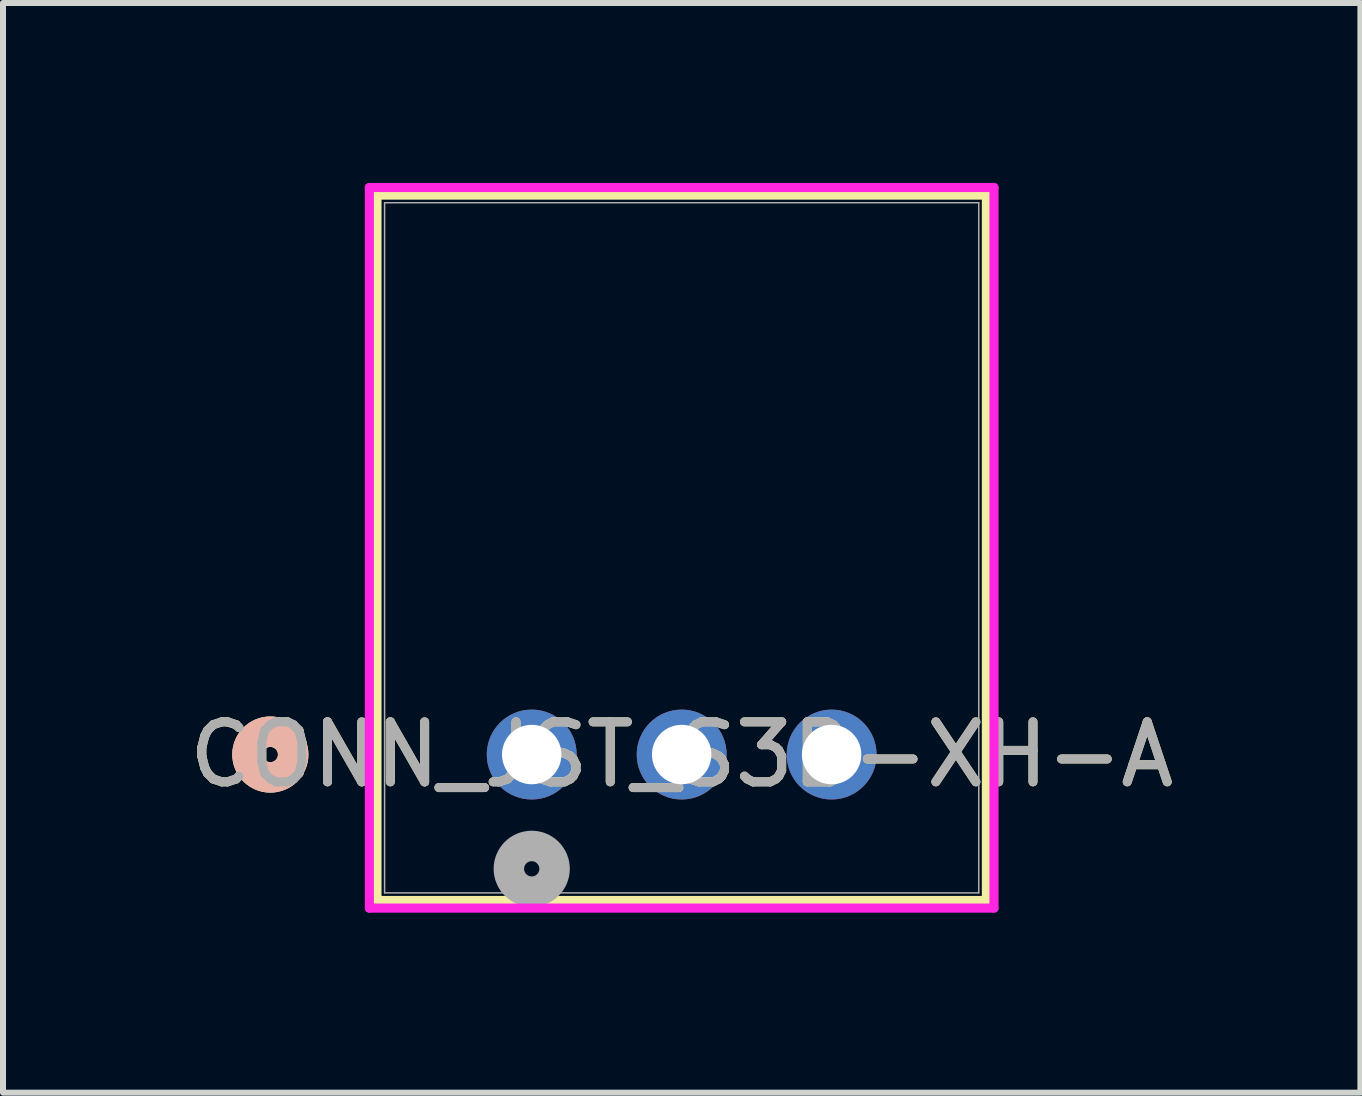
<source format=kicad_pcb>
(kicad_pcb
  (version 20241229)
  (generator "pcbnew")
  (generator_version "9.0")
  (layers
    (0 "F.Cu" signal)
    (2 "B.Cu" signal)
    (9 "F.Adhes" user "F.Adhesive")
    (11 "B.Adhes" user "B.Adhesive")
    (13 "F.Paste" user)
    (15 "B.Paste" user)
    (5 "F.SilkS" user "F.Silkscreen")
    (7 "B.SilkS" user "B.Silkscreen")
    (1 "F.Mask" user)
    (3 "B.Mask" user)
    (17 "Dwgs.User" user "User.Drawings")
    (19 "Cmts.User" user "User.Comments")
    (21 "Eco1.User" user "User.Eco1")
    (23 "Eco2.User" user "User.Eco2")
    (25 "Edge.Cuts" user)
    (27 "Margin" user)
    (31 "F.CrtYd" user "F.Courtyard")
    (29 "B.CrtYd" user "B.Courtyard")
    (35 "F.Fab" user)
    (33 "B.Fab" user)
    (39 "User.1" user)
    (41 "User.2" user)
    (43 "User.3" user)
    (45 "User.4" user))
  (footprint "CONN_JST_S3B-XH-A"
    (layer "F.Cu")
    (at 5.815 9.53)
    (property "Reference" "CONN_JST_S3B-XH-A" (at 2.5 0 0) (unlocked yes) (layer "F.SilkS") (effects (font (size 1 1) (thickness 0.15))))
    (attr through_hole)
    (fp_line (start -2.58 -9.327) (end -2.58 2.433) (stroke (width 0.152) (type solid)) (layer "F.SilkS"))
    (fp_line (start -2.58 2.433) (end 7.58 2.433) (stroke (width 0.152) (type solid)) (layer "F.SilkS"))
    (fp_line (start 7.58 -9.327) (end -2.58 -9.327) (stroke (width 0.152) (type solid)) (layer "F.SilkS"))
    (fp_line (start 7.58 2.433) (end 7.58 -9.327) (stroke (width 0.152) (type solid)) (layer "F.SilkS"))
    (fp_circle (center -4.358 0) (end -3.977 0) (stroke (width 0.508) (type solid)) (fill no) (layer "F.SilkS"))
    (fp_circle (center -4.358 0) (end -3.977 0) (stroke (width 0.508) (type solid)) (fill no) (layer "B.SilkS"))
    (fp_line (start -2.707 -9.454) (end -2.707 2.56) (stroke (width 0.152) (type solid)) (layer "F.CrtYd"))
    (fp_line (start -2.707 2.56) (end 7.707 2.56) (stroke (width 0.152) (type solid)) (layer "F.CrtYd"))
    (fp_line (start 7.707 -9.454) (end -2.707 -9.454) (stroke (width 0.152) (type solid)) (layer "F.CrtYd"))
    (fp_line (start 7.707 2.56) (end 7.707 -9.454) (stroke (width 0.152) (type solid)) (layer "F.CrtYd"))
    (fp_line (start -2.453 -9.2) (end -2.453 2.306) (stroke (width 0.025) (type solid)) (layer "F.Fab"))
    (fp_line (start -2.453 2.306) (end 7.453 2.306) (stroke (width 0.025) (type solid)) (layer "F.Fab"))
    (fp_line (start 7.453 -9.2) (end -2.453 -9.2) (stroke (width 0.025) (type solid)) (layer "F.Fab"))
    (fp_line (start 7.453 2.306) (end 7.453 -9.2) (stroke (width 0.025) (type solid)) (layer "F.Fab"))
    (fp_circle (center 0 1.905) (end 0.381 1.905) (stroke (width 0.508) (type solid)) (fill no) (layer "F.Fab"))
    (fp_text user "${REFERENCE}" (at 2.5 0 0) (unlocked yes) (layer "F.Fab") (effects (font (size 1 1) (thickness 0.15))))
    (pad "1" thru_hole circle (at 0 0) (size 1.499 1.499) (drill 0.991) (layers "*.Cu" "*.Mask"))
    (pad "2" thru_hole circle (at 2.5 0) (size 1.499 1.499) (drill 0.991) (layers "*.Cu" "*.Mask"))
    (pad "3" thru_hole circle (at 5 0) (size 1.499 1.499) (drill 0.991) (layers "*.Cu" "*.Mask")))
  (gr_rect
    (start -3 -3)
    (end 19.631 15.167)
    (stroke (width 0.1) (type default))
    (fill no)
    (layer "Edge.Cuts")))
</source>
